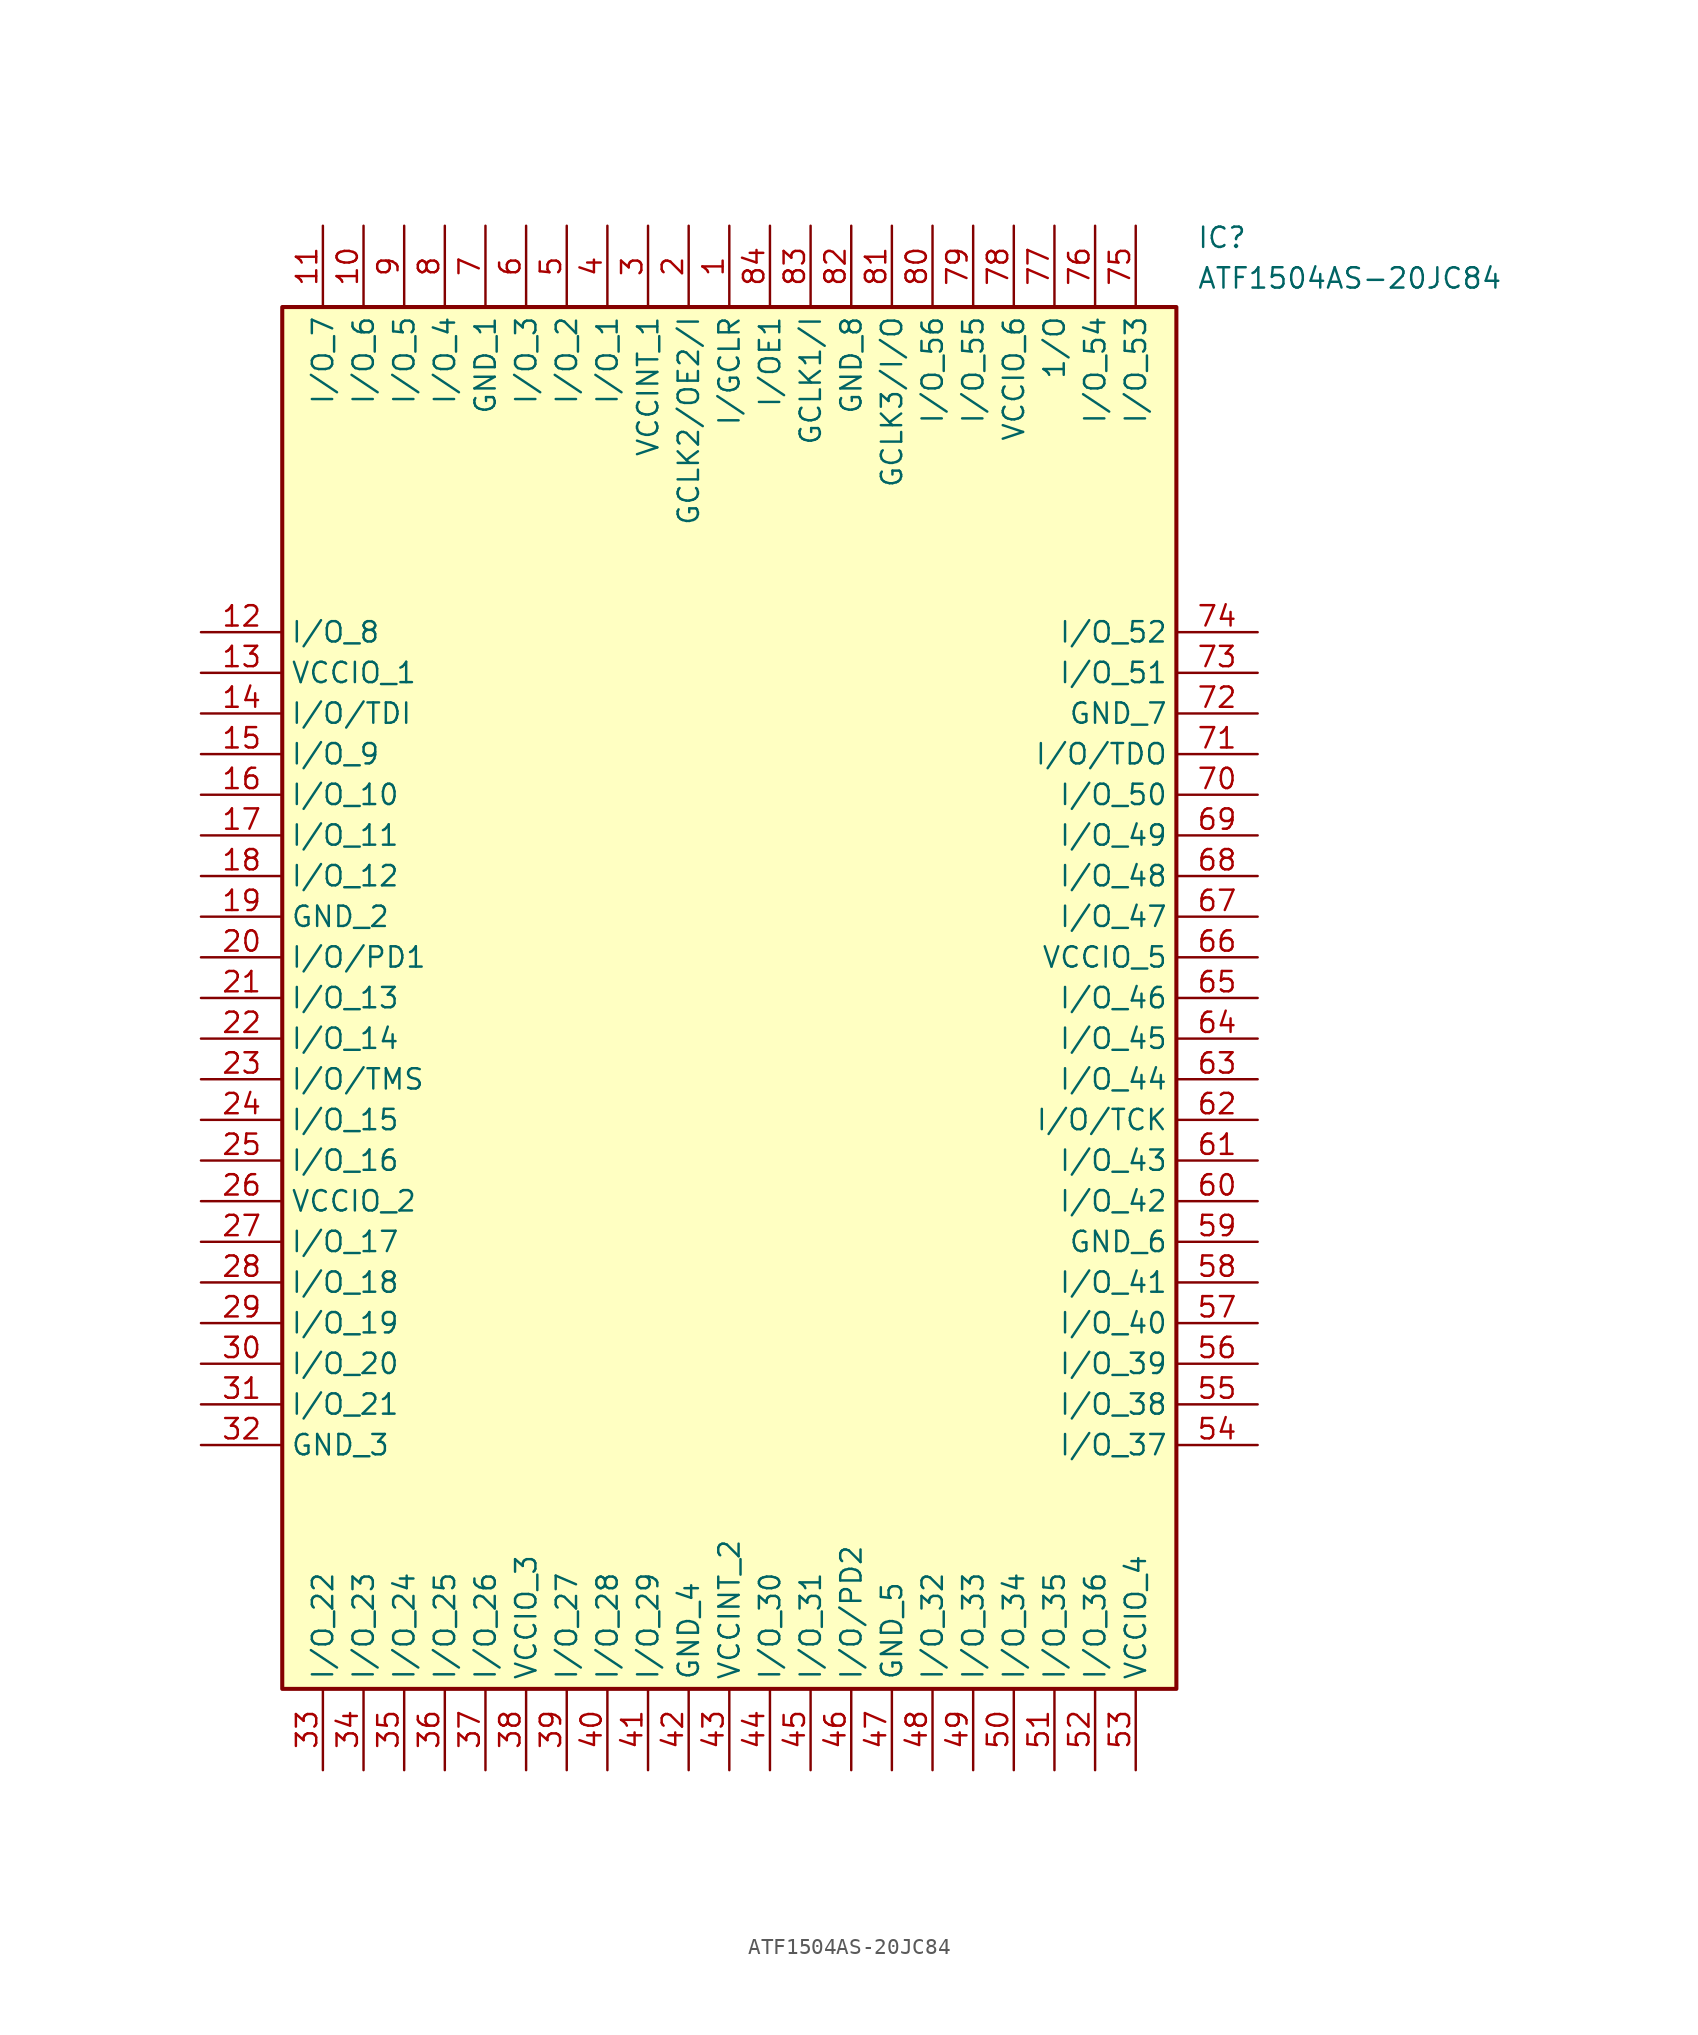
<source format=kicad_sym>
(kicad_symbol_lib
  (version 20211014)
  (generator SamacSys_ECAD_Model)
  (symbol "ATF1504AS-20JC84"
    (property "Reference" "IC"
      (at 62.23 25.4 0)
      (effects (font (size 1.27 1.27)) (justify left top)))
    (property "Value" "ATF1504AS-20JC84"
      (at 62.23 22.86 0)
      (effects (font (size 1.27 1.27)) (justify left top)))
    (rectangle
      (start 5.08 20.32)
      (end 60.96 -66.04)
      (stroke (width 0.254) (type default))
      (fill (type background)))
    (pin passive line
      (at 33.02 25.4 270)
      (length 5.08)
      (name "I/GCLR" (effects (font (size 1.27 1.27))))
      (number "1" (effects (font (size 1.27 1.27)))))
    (pin passive line
      (at 30.48 25.4 270)
      (length 5.08)
      (name "GCLK2/OE2/I" (effects (font (size 1.27 1.27))))
      (number "2" (effects (font (size 1.27 1.27)))))
    (pin passive line
      (at 27.94 25.4 270)
      (length 5.08)
      (name "VCCINT_1" (effects (font (size 1.27 1.27))))
      (number "3" (effects (font (size 1.27 1.27)))))
    (pin passive line
      (at 25.4 25.4 270)
      (length 5.08)
      (name "I/O_1" (effects (font (size 1.27 1.27))))
      (number "4" (effects (font (size 1.27 1.27)))))
    (pin passive line
      (at 22.86 25.4 270)
      (length 5.08)
      (name "I/O_2" (effects (font (size 1.27 1.27))))
      (number "5" (effects (font (size 1.27 1.27)))))
    (pin passive line
      (at 20.32 25.4 270)
      (length 5.08)
      (name "I/O_3" (effects (font (size 1.27 1.27))))
      (number "6" (effects (font (size 1.27 1.27)))))
    (pin passive line
      (at 17.78 25.4 270)
      (length 5.08)
      (name "GND_1" (effects (font (size 1.27 1.27))))
      (number "7" (effects (font (size 1.27 1.27)))))
    (pin passive line
      (at 15.24 25.4 270)
      (length 5.08)
      (name "I/O_4" (effects (font (size 1.27 1.27))))
      (number "8" (effects (font (size 1.27 1.27)))))
    (pin passive line
      (at 12.7 25.4 270)
      (length 5.08)
      (name "I/O_5" (effects (font (size 1.27 1.27))))
      (number "9" (effects (font (size 1.27 1.27)))))
    (pin passive line
      (at 10.16 25.4 270)
      (length 5.08)
      (name "I/O_6" (effects (font (size 1.27 1.27))))
      (number "10" (effects (font (size 1.27 1.27)))))
    (pin passive line
      (at 7.62 25.4 270)
      (length 5.08)
      (name "I/O_7" (effects (font (size 1.27 1.27))))
      (number "11" (effects (font (size 1.27 1.27)))))
    (pin passive line
      (at 0 0 0)
      (length 5.08)
      (name "I/O_8" (effects (font (size 1.27 1.27))))
      (number "12" (effects (font (size 1.27 1.27)))))
    (pin passive line
      (at 0 -2.54 0)
      (length 5.08)
      (name "VCCIO_1" (effects (font (size 1.27 1.27))))
      (number "13" (effects (font (size 1.27 1.27)))))
    (pin passive line
      (at 0 -5.08 0)
      (length 5.08)
      (name "I/O/TDI" (effects (font (size 1.27 1.27))))
      (number "14" (effects (font (size 1.27 1.27)))))
    (pin passive line
      (at 0 -7.62 0)
      (length 5.08)
      (name "I/O_9" (effects (font (size 1.27 1.27))))
      (number "15" (effects (font (size 1.27 1.27)))))
    (pin passive line
      (at 0 -10.16 0)
      (length 5.08)
      (name "I/O_10" (effects (font (size 1.27 1.27))))
      (number "16" (effects (font (size 1.27 1.27)))))
    (pin passive line
      (at 0 -12.7 0)
      (length 5.08)
      (name "I/O_11" (effects (font (size 1.27 1.27))))
      (number "17" (effects (font (size 1.27 1.27)))))
    (pin passive line
      (at 0 -15.24 0)
      (length 5.08)
      (name "I/O_12" (effects (font (size 1.27 1.27))))
      (number "18" (effects (font (size 1.27 1.27)))))
    (pin passive line
      (at 0 -17.78 0)
      (length 5.08)
      (name "GND_2" (effects (font (size 1.27 1.27))))
      (number "19" (effects (font (size 1.27 1.27)))))
    (pin passive line
      (at 0 -20.32 0)
      (length 5.08)
      (name "I/O/PD1" (effects (font (size 1.27 1.27))))
      (number "20" (effects (font (size 1.27 1.27)))))
    (pin passive line
      (at 0 -22.86 0)
      (length 5.08)
      (name "I/O_13" (effects (font (size 1.27 1.27))))
      (number "21" (effects (font (size 1.27 1.27)))))
    (pin passive line
      (at 0 -25.4 0)
      (length 5.08)
      (name "I/O_14" (effects (font (size 1.27 1.27))))
      (number "22" (effects (font (size 1.27 1.27)))))
    (pin passive line
      (at 0 -27.94 0)
      (length 5.08)
      (name "I/O/TMS" (effects (font (size 1.27 1.27))))
      (number "23" (effects (font (size 1.27 1.27)))))
    (pin passive line
      (at 0 -30.48 0)
      (length 5.08)
      (name "I/O_15" (effects (font (size 1.27 1.27))))
      (number "24" (effects (font (size 1.27 1.27)))))
    (pin passive line
      (at 0 -33.02 0)
      (length 5.08)
      (name "I/O_16" (effects (font (size 1.27 1.27))))
      (number "25" (effects (font (size 1.27 1.27)))))
    (pin passive line
      (at 0 -35.56 0)
      (length 5.08)
      (name "VCCIO_2" (effects (font (size 1.27 1.27))))
      (number "26" (effects (font (size 1.27 1.27)))))
    (pin passive line
      (at 0 -38.1 0)
      (length 5.08)
      (name "I/O_17" (effects (font (size 1.27 1.27))))
      (number "27" (effects (font (size 1.27 1.27)))))
    (pin passive line
      (at 0 -40.64 0)
      (length 5.08)
      (name "I/O_18" (effects (font (size 1.27 1.27))))
      (number "28" (effects (font (size 1.27 1.27)))))
    (pin passive line
      (at 0 -43.18 0)
      (length 5.08)
      (name "I/O_19" (effects (font (size 1.27 1.27))))
      (number "29" (effects (font (size 1.27 1.27)))))
    (pin passive line
      (at 0 -45.72 0)
      (length 5.08)
      (name "I/O_20" (effects (font (size 1.27 1.27))))
      (number "30" (effects (font (size 1.27 1.27)))))
    (pin passive line
      (at 0 -48.26 0)
      (length 5.08)
      (name "I/O_21" (effects (font (size 1.27 1.27))))
      (number "31" (effects (font (size 1.27 1.27)))))
    (pin passive line
      (at 0 -50.8 0)
      (length 5.08)
      (name "GND_3" (effects (font (size 1.27 1.27))))
      (number "32" (effects (font (size 1.27 1.27)))))
    (pin passive line
      (at 7.62 -71.12 90)
      (length 5.08)
      (name "I/O_22" (effects (font (size 1.27 1.27))))
      (number "33" (effects (font (size 1.27 1.27)))))
    (pin passive line
      (at 10.16 -71.12 90)
      (length 5.08)
      (name "I/O_23" (effects (font (size 1.27 1.27))))
      (number "34" (effects (font (size 1.27 1.27)))))
    (pin passive line
      (at 12.7 -71.12 90)
      (length 5.08)
      (name "I/O_24" (effects (font (size 1.27 1.27))))
      (number "35" (effects (font (size 1.27 1.27)))))
    (pin passive line
      (at 15.24 -71.12 90)
      (length 5.08)
      (name "I/O_25" (effects (font (size 1.27 1.27))))
      (number "36" (effects (font (size 1.27 1.27)))))
    (pin passive line
      (at 17.78 -71.12 90)
      (length 5.08)
      (name "I/O_26" (effects (font (size 1.27 1.27))))
      (number "37" (effects (font (size 1.27 1.27)))))
    (pin passive line
      (at 20.32 -71.12 90)
      (length 5.08)
      (name "VCCIO_3" (effects (font (size 1.27 1.27))))
      (number "38" (effects (font (size 1.27 1.27)))))
    (pin passive line
      (at 22.86 -71.12 90)
      (length 5.08)
      (name "I/O_27" (effects (font (size 1.27 1.27))))
      (number "39" (effects (font (size 1.27 1.27)))))
    (pin passive line
      (at 25.4 -71.12 90)
      (length 5.08)
      (name "I/O_28" (effects (font (size 1.27 1.27))))
      (number "40" (effects (font (size 1.27 1.27)))))
    (pin passive line
      (at 27.94 -71.12 90)
      (length 5.08)
      (name "I/O_29" (effects (font (size 1.27 1.27))))
      (number "41" (effects (font (size 1.27 1.27)))))
    (pin passive line
      (at 30.48 -71.12 90)
      (length 5.08)
      (name "GND_4" (effects (font (size 1.27 1.27))))
      (number "42" (effects (font (size 1.27 1.27)))))
    (pin passive line
      (at 33.02 -71.12 90)
      (length 5.08)
      (name "VCCINT_2" (effects (font (size 1.27 1.27))))
      (number "43" (effects (font (size 1.27 1.27)))))
    (pin passive line
      (at 35.56 -71.12 90)
      (length 5.08)
      (name "I/O_30" (effects (font (size 1.27 1.27))))
      (number "44" (effects (font (size 1.27 1.27)))))
    (pin passive line
      (at 38.1 -71.12 90)
      (length 5.08)
      (name "I/O_31" (effects (font (size 1.27 1.27))))
      (number "45" (effects (font (size 1.27 1.27)))))
    (pin passive line
      (at 40.64 -71.12 90)
      (length 5.08)
      (name "I/O/PD2" (effects (font (size 1.27 1.27))))
      (number "46" (effects (font (size 1.27 1.27)))))
    (pin passive line
      (at 43.18 -71.12 90)
      (length 5.08)
      (name "GND_5" (effects (font (size 1.27 1.27))))
      (number "47" (effects (font (size 1.27 1.27)))))
    (pin passive line
      (at 45.72 -71.12 90)
      (length 5.08)
      (name "I/O_32" (effects (font (size 1.27 1.27))))
      (number "48" (effects (font (size 1.27 1.27)))))
    (pin passive line
      (at 48.26 -71.12 90)
      (length 5.08)
      (name "I/O_33" (effects (font (size 1.27 1.27))))
      (number "49" (effects (font (size 1.27 1.27)))))
    (pin passive line
      (at 50.8 -71.12 90)
      (length 5.08)
      (name "I/O_34" (effects (font (size 1.27 1.27))))
      (number "50" (effects (font (size 1.27 1.27)))))
    (pin passive line
      (at 53.34 -71.12 90)
      (length 5.08)
      (name "I/O_35" (effects (font (size 1.27 1.27))))
      (number "51" (effects (font (size 1.27 1.27)))))
    (pin passive line
      (at 55.88 -71.12 90)
      (length 5.08)
      (name "I/O_36" (effects (font (size 1.27 1.27))))
      (number "52" (effects (font (size 1.27 1.27)))))
    (pin passive line
      (at 58.42 -71.12 90)
      (length 5.08)
      (name "VCCIO_4" (effects (font (size 1.27 1.27))))
      (number "53" (effects (font (size 1.27 1.27)))))
    (pin passive line
      (at 66.04 -50.8 180)
      (length 5.08)
      (name "I/O_37" (effects (font (size 1.27 1.27))))
      (number "54" (effects (font (size 1.27 1.27)))))
    (pin passive line
      (at 66.04 -48.26 180)
      (length 5.08)
      (name "I/O_38" (effects (font (size 1.27 1.27))))
      (number "55" (effects (font (size 1.27 1.27)))))
    (pin passive line
      (at 66.04 -45.72 180)
      (length 5.08)
      (name "I/O_39" (effects (font (size 1.27 1.27))))
      (number "56" (effects (font (size 1.27 1.27)))))
    (pin passive line
      (at 66.04 -43.18 180)
      (length 5.08)
      (name "I/O_40" (effects (font (size 1.27 1.27))))
      (number "57" (effects (font (size 1.27 1.27)))))
    (pin passive line
      (at 66.04 -40.64 180)
      (length 5.08)
      (name "I/O_41" (effects (font (size 1.27 1.27))))
      (number "58" (effects (font (size 1.27 1.27)))))
    (pin passive line
      (at 66.04 -38.1 180)
      (length 5.08)
      (name "GND_6" (effects (font (size 1.27 1.27))))
      (number "59" (effects (font (size 1.27 1.27)))))
    (pin passive line
      (at 66.04 -35.56 180)
      (length 5.08)
      (name "I/O_42" (effects (font (size 1.27 1.27))))
      (number "60" (effects (font (size 1.27 1.27)))))
    (pin passive line
      (at 66.04 -33.02 180)
      (length 5.08)
      (name "I/O_43" (effects (font (size 1.27 1.27))))
      (number "61" (effects (font (size 1.27 1.27)))))
    (pin passive line
      (at 66.04 -30.48 180)
      (length 5.08)
      (name "I/O/TCK" (effects (font (size 1.27 1.27))))
      (number "62" (effects (font (size 1.27 1.27)))))
    (pin passive line
      (at 66.04 -27.94 180)
      (length 5.08)
      (name "I/O_44" (effects (font (size 1.27 1.27))))
      (number "63" (effects (font (size 1.27 1.27)))))
    (pin passive line
      (at 66.04 -25.4 180)
      (length 5.08)
      (name "I/O_45" (effects (font (size 1.27 1.27))))
      (number "64" (effects (font (size 1.27 1.27)))))
    (pin passive line
      (at 66.04 -22.86 180)
      (length 5.08)
      (name "I/O_46" (effects (font (size 1.27 1.27))))
      (number "65" (effects (font (size 1.27 1.27)))))
    (pin passive line
      (at 66.04 -20.32 180)
      (length 5.08)
      (name "VCCIO_5" (effects (font (size 1.27 1.27))))
      (number "66" (effects (font (size 1.27 1.27)))))
    (pin passive line
      (at 66.04 -17.78 180)
      (length 5.08)
      (name "I/O_47" (effects (font (size 1.27 1.27))))
      (number "67" (effects (font (size 1.27 1.27)))))
    (pin passive line
      (at 66.04 -15.24 180)
      (length 5.08)
      (name "I/O_48" (effects (font (size 1.27 1.27))))
      (number "68" (effects (font (size 1.27 1.27)))))
    (pin passive line
      (at 66.04 -12.7 180)
      (length 5.08)
      (name "I/O_49" (effects (font (size 1.27 1.27))))
      (number "69" (effects (font (size 1.27 1.27)))))
    (pin passive line
      (at 66.04 -10.16 180)
      (length 5.08)
      (name "I/O_50" (effects (font (size 1.27 1.27))))
      (number "70" (effects (font (size 1.27 1.27)))))
    (pin passive line
      (at 66.04 -7.62 180)
      (length 5.08)
      (name "I/O/TDO" (effects (font (size 1.27 1.27))))
      (number "71" (effects (font (size 1.27 1.27)))))
    (pin passive line
      (at 66.04 -5.08 180)
      (length 5.08)
      (name "GND_7" (effects (font (size 1.27 1.27))))
      (number "72" (effects (font (size 1.27 1.27)))))
    (pin passive line
      (at 66.04 -2.54 180)
      (length 5.08)
      (name "I/O_51" (effects (font (size 1.27 1.27))))
      (number "73" (effects (font (size 1.27 1.27)))))
    (pin passive line
      (at 66.04 0 180)
      (length 5.08)
      (name "I/O_52" (effects (font (size 1.27 1.27))))
      (number "74" (effects (font (size 1.27 1.27)))))
    (pin passive line
      (at 58.42 25.4 270)
      (length 5.08)
      (name "I/O_53" (effects (font (size 1.27 1.27))))
      (number "75" (effects (font (size 1.27 1.27)))))
    (pin passive line
      (at 55.88 25.4 270)
      (length 5.08)
      (name "I/O_54" (effects (font (size 1.27 1.27))))
      (number "76" (effects (font (size 1.27 1.27)))))
    (pin passive line
      (at 53.34 25.4 270)
      (length 5.08)
      (name "1/O" (effects (font (size 1.27 1.27))))
      (number "77" (effects (font (size 1.27 1.27)))))
    (pin passive line
      (at 50.8 25.4 270)
      (length 5.08)
      (name "VCCIO_6" (effects (font (size 1.27 1.27))))
      (number "78" (effects (font (size 1.27 1.27)))))
    (pin passive line
      (at 48.26 25.4 270)
      (length 5.08)
      (name "I/O_55" (effects (font (size 1.27 1.27))))
      (number "79" (effects (font (size 1.27 1.27)))))
    (pin passive line
      (at 45.72 25.4 270)
      (length 5.08)
      (name "I/O_56" (effects (font (size 1.27 1.27))))
      (number "80" (effects (font (size 1.27 1.27)))))
    (pin passive line
      (at 43.18 25.4 270)
      (length 5.08)
      (name "GCLK3/I/O" (effects (font (size 1.27 1.27))))
      (number "81" (effects (font (size 1.27 1.27)))))
    (pin passive line
      (at 40.64 25.4 270)
      (length 5.08)
      (name "GND_8" (effects (font (size 1.27 1.27))))
      (number "82" (effects (font (size 1.27 1.27)))))
    (pin passive line
      (at 38.1 25.4 270)
      (length 5.08)
      (name "GCLK1/I" (effects (font (size 1.27 1.27))))
      (number "83" (effects (font (size 1.27 1.27)))))
    (pin passive line
      (at 35.56 25.4 270)
      (length 5.08)
      (name "I/OE1" (effects (font (size 1.27 1.27))))
      (number "84" (effects (font (size 1.27 1.27)))))))
</source>
